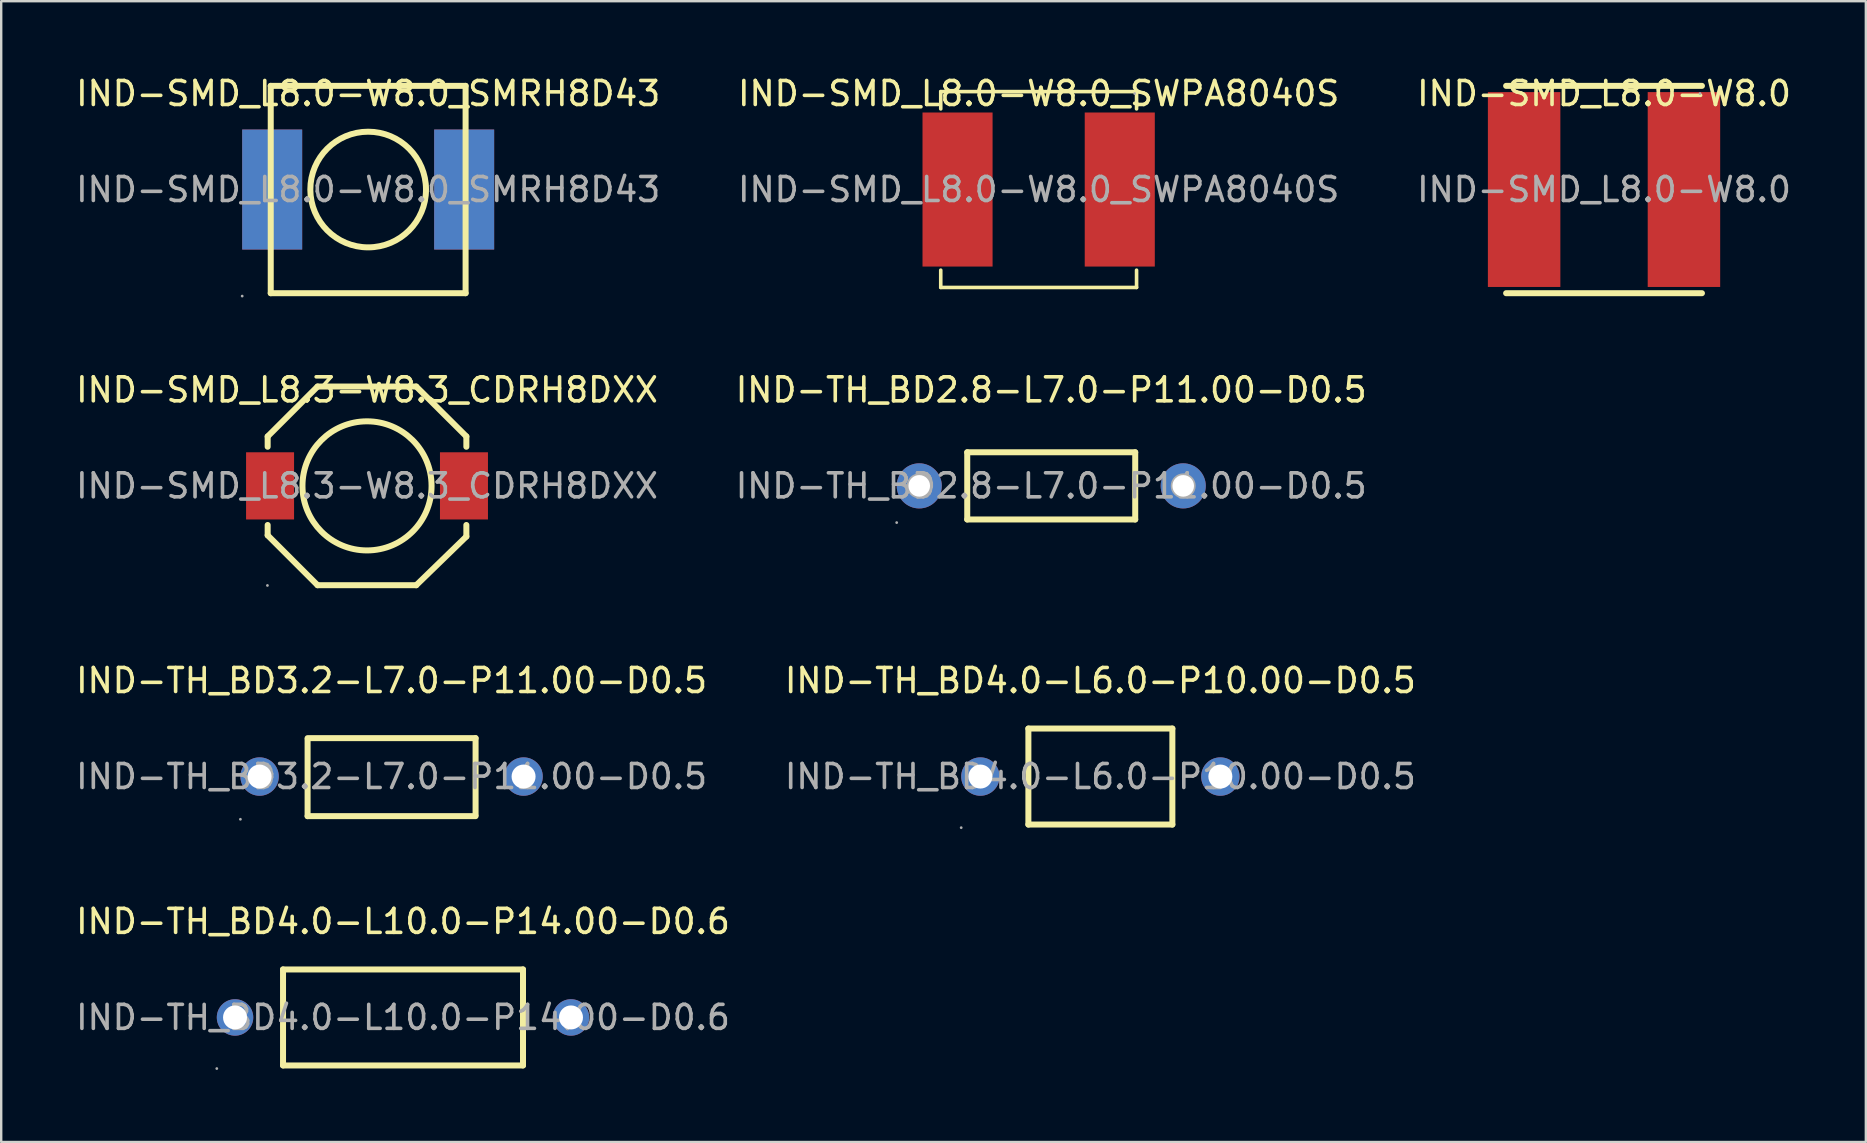
<source format=kicad_pcb>
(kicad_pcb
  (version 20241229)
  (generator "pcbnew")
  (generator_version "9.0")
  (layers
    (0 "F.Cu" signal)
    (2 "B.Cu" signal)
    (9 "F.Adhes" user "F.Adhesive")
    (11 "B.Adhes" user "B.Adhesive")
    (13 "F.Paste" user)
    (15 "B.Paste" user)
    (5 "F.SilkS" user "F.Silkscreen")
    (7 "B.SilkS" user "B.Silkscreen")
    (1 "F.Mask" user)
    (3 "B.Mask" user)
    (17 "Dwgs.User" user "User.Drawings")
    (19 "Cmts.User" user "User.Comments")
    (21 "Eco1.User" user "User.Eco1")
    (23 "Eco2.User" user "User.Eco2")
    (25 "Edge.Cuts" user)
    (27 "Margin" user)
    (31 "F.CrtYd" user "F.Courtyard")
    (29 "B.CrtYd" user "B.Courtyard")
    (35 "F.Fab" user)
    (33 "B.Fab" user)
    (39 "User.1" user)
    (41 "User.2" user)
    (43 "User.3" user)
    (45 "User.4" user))
  (footprint "IND-SMD_L8.3-W8.3_CDRH8DXX"
    (layer "F.Cu")
    (at 12.244 17.197)
    (property "Reference" "IND-SMD_L8.3-W8.3_CDRH8DXX" (at 0 -4 0) (layer "F.SilkS") (effects (font (size 1 1) (thickness 0.15))))
    (attr through_hole)
    (fp_line (start -4.14 -2.06) (end -2.06 -4.14) (stroke (width 0.25) (type solid)) (layer "F.SilkS"))
    (fp_line (start -4.14 -1.63) (end -4.14 -2.06) (stroke (width 0.25) (type solid)) (layer "F.SilkS"))
    (fp_line (start -4.14 2.06) (end -4.14 1.63) (stroke (width 0.25) (type solid)) (layer "F.SilkS"))
    (fp_line (start -2.06 -4.14) (end 2.05 -4.14) (stroke (width 0.25) (type solid)) (layer "F.SilkS"))
    (fp_line (start -2.06 4.14) (end -4.14 2.06) (stroke (width 0.25) (type solid)) (layer "F.SilkS"))
    (fp_line (start 2.05 -4.14) (end 4.14 -2.06) (stroke (width 0.25) (type solid)) (layer "F.SilkS"))
    (fp_line (start 2.05 4.14) (end -2.06 4.14) (stroke (width 0.25) (type solid)) (layer "F.SilkS"))
    (fp_line (start 4.14 -2.06) (end 4.14 -1.63) (stroke (width 0.25) (type solid)) (layer "F.SilkS"))
    (fp_line (start 4.14 1.63) (end 4.14 2.11) (stroke (width 0.25) (type solid)) (layer "F.SilkS"))
    (fp_line (start 4.14 2.11) (end 2.05 4.14) (stroke (width 0.25) (type solid)) (layer "F.SilkS"))
    (fp_circle (center 0 0) (end 2.69 0) (stroke (width 0.25) (type solid)) (fill no) (layer "F.SilkS"))
    (fp_circle (center -4.15 4.15) (end -4.12 4.15) (stroke (width 0.06) (type solid)) (fill no) (layer "F.Fab"))
    (fp_text user "${REFERENCE}" (at 0 0 0) (layer "F.Fab") (effects (font (size 1 1) (thickness 0.15))))
    (pad "1" smd rect (at -4.04 0) (size 2 2.8) (layers "F.Cu" "F.Mask" "F.Paste"))
    (pad "2" smd rect (at 4.04 0) (size 2 2.8) (layers "F.Cu" "F.Mask" "F.Paste")))
  (footprint "IND-TH_BD3.2-L7.0-P11.00-D0.5"
    (layer "F.Cu")
    (at 13.268 29.31)
    (property "Reference" "IND-TH_BD3.2-L7.0-P11.00-D0.5" (at 0 -4 0) (layer "F.SilkS") (effects (font (size 1 1) (thickness 0.15))))
    (attr through_hole)
    (fp_line (start -3.5 -1.6) (end 3.5 -1.6) (stroke (width 0.25) (type solid)) (layer "F.SilkS"))
    (fp_line (start -3.5 1.65) (end -3.5 -1.55) (stroke (width 0.25) (type solid)) (layer "F.SilkS"))
    (fp_line (start 3.5 -1.6) (end 3.5 1.6) (stroke (width 0.25) (type solid)) (layer "F.SilkS"))
    (fp_line (start 3.5 1.65) (end -3.5 1.65) (stroke (width 0.25) (type solid)) (layer "F.SilkS"))
    (fp_circle (center -6.3 1.78) (end -6.27 1.78) (stroke (width 0.06) (type solid)) (fill no) (layer "F.Fab"))
    (fp_circle (center -5.5 0) (end -5.3 0) (stroke (width 0.4) (type solid)) (fill no) (layer "F.Fab"))
    (fp_circle (center 5.5 0) (end 5.7 0) (stroke (width 0.4) (type solid)) (fill no) (layer "F.Fab"))
    (fp_text user "${REFERENCE}" (at 0 0 0) (layer "F.Fab") (effects (font (size 1 1) (thickness 0.15))))
    (pad "1" thru_hole circle (at -5.5 0) (size 1.6 1.6) (drill 1) (layers "*.Cu" "*.Paste" "*.Mask"))
    (pad "2" thru_hole circle (at 5.5 0) (size 1.6 1.6) (drill 1) (layers "*.Cu" "*.Paste" "*.Mask")))
  (footprint "IND-SMD_L8.0-W8.0"
    (layer "F.Cu")
    (at 63.792 4.848)
    (property "Reference" "IND-SMD_L8.0-W8.0" (at 0 -4 0) (layer "F.SilkS") (effects (font (size 1 1) (thickness 0.15))))
    (attr through_hole)
    (fp_line (start -4.08 -4.32) (end 4.08 -4.32) (stroke (width 0.25) (type solid)) (layer "F.SilkS"))
    (fp_line (start -4.08 4.32) (end 4.08 4.32) (stroke (width 0.25) (type solid)) (layer "F.SilkS"))
    (fp_circle (center 4 -4) (end 4.03 -4) (stroke (width 0.06) (type solid)) (fill no) (layer "F.Fab"))
    (fp_text user "${REFERENCE}" (at 0 0 0) (layer "F.Fab") (effects (font (size 1 1) (thickness 0.15))))
    (pad "1" smd rect (at 3.33 0) (size 3.02 8.12) (layers "F.Cu" "F.Mask" "F.Paste"))
    (pad "2" smd rect (at -3.33 0) (size 3.02 8.12) (layers "F.Cu" "F.Mask" "F.Paste")))
  (footprint "IND-SMD_L8.0-W8.0_SMRH8D43"
    (layer "F.Cu")
    (at 12.292 4.848)
    (property "Reference" "IND-SMD_L8.0-W8.0_SMRH8D43" (at 0 -4 0) (layer "F.SilkS") (effects (font (size 1 1) (thickness 0.15))))
    (attr through_hole)
    (fp_line (start -4.06 -4.32) (end -4.06 4.32) (stroke (width 0.25) (type solid)) (layer "F.SilkS"))
    (fp_line (start -4.06 -4.32) (end 4.06 -4.32) (stroke (width 0.25) (type solid)) (layer "F.SilkS"))
    (fp_line (start -4.06 4.32) (end 4.06 4.32) (stroke (width 0.25) (type solid)) (layer "F.SilkS"))
    (fp_line (start 4.06 -4.32) (end 4.06 4.32) (stroke (width 0.25) (type solid)) (layer "F.SilkS"))
    (fp_circle (center 0 0) (end 2.41 0) (stroke (width 0.25) (type solid)) (fill no) (layer "F.SilkS"))
    (fp_circle (center -5.25 4.44) (end -5.22 4.44) (stroke (width 0.06) (type solid)) (fill no) (layer "F.Fab"))
    (fp_text user "${REFERENCE}" (at 0 0 0) (layer "F.Fab") (effects (font (size 1 1) (thickness 0.15))))
    (pad "1" thru_hole rect (at -4 0 90) (size 5 2.5) (drill 0.001) (layers "F.Cu" "F.Mask" "F.Paste"))
    (pad "2" thru_hole rect (at 4 0 90) (size 5 2.5) (drill 0.001) (layers "F.Cu" "F.Mask" "F.Paste")))
  (footprint "IND-TH_BD4.0-L6.0-P10.00-D0.5"
    (layer "F.Cu")
    (at 42.804 29.31)
    (property "Reference" "IND-TH_BD4.0-L6.0-P10.00-D0.5" (at 0 -4 0) (layer "F.SilkS") (effects (font (size 1 1) (thickness 0.15))))
    (attr through_hole)
    (fp_line (start -3 -2) (end 3 -2) (stroke (width 0.25) (type solid)) (layer "F.SilkS"))
    (fp_line (start -3 2) (end -3 -2) (stroke (width 0.25) (type solid)) (layer "F.SilkS"))
    (fp_line (start 3 -2) (end 3 2) (stroke (width 0.25) (type solid)) (layer "F.SilkS"))
    (fp_line (start 3 2) (end -3 2) (stroke (width 0.25) (type solid)) (layer "F.SilkS"))
    (fp_circle (center -5.8 2.13) (end -5.77 2.13) (stroke (width 0.06) (type solid)) (fill no) (layer "F.Fab"))
    (fp_circle (center -5 0) (end -4.8 0) (stroke (width 0.4) (type solid)) (fill no) (layer "F.Fab"))
    (fp_circle (center 5 0) (end 5.2 0) (stroke (width 0.4) (type solid)) (fill no) (layer "F.Fab"))
    (fp_text user "${REFERENCE}" (at 0 0 0) (layer "F.Fab") (effects (font (size 1 1) (thickness 0.15))))
    (pad "1" thru_hole circle (at -5 0) (size 1.6 1.6) (drill 1) (layers "*.Cu" "*.Paste" "*.Mask"))
    (pad "2" thru_hole circle (at 5 0) (size 1.6 1.6) (drill 1) (layers "*.Cu" "*.Paste" "*.Mask")))
  (footprint "IND-TH_BD4.0-L10.0-P14.00-D0.6"
    (layer "F.Cu")
    (at 13.744 39.348)
    (property "Reference" "IND-TH_BD4.0-L10.0-P14.00-D0.6" (at 0 -4 0) (layer "F.SilkS") (effects (font (size 1 1) (thickness 0.15))))
    (attr through_hole)
    (fp_line (start -5 -2) (end 5 -2) (stroke (width 0.25) (type solid)) (layer "F.SilkS"))
    (fp_line (start -5 2) (end -5 -2) (stroke (width 0.25) (type solid)) (layer "F.SilkS"))
    (fp_line (start -5 2) (end 5 2) (stroke (width 0.25) (type solid)) (layer "F.SilkS"))
    (fp_line (start 5 2) (end 5 -2) (stroke (width 0.25) (type solid)) (layer "F.SilkS"))
    (fp_circle (center -7.76 2.13) (end -7.73 2.13) (stroke (width 0.06) (type solid)) (fill no) (layer "F.Fab"))
    (fp_circle (center -7 0) (end -6.8 0) (stroke (width 0.4) (type solid)) (fill no) (layer "F.Fab"))
    (fp_circle (center 7 0) (end 7.2 0) (stroke (width 0.4) (type solid)) (fill no) (layer "F.Fab"))
    (fp_text user "${REFERENCE}" (at 0 0 0) (layer "F.Fab") (effects (font (size 1 1) (thickness 0.15))))
    (pad "1" thru_hole circle (at -7 0) (size 1.52 1.52) (drill 1) (layers "*.Cu" "*.Paste" "*.Mask"))
    (pad "2" thru_hole circle (at 7 0) (size 1.52 1.52) (drill 1) (layers "*.Cu" "*.Paste" "*.Mask")))
  (footprint "IND-SMD_L8.0-W8.0_SWPA8040S"
    (layer "F.Cu")
    (at 40.232 4.848)
    (property "Reference" "IND-SMD_L8.0-W8.0_SWPA8040S" (at 0 -4 0) (layer "F.SilkS") (effects (font (size 1 1) (thickness 0.15))))
    (attr through_hole)
    (fp_line (start -4.08 -4.08) (end 4.08 -4.08) (stroke (width 0.15) (type solid)) (layer "F.SilkS"))
    (fp_line (start -4.08 -3.36) (end -4.08 -4.08) (stroke (width 0.15) (type solid)) (layer "F.SilkS"))
    (fp_line (start -4.08 3.36) (end -4.08 4.08) (stroke (width 0.15) (type solid)) (layer "F.SilkS"))
    (fp_line (start -4.08 4.08) (end 4.08 4.08) (stroke (width 0.15) (type solid)) (layer "F.SilkS"))
    (fp_line (start 4.08 -4.08) (end 4.08 -3.36) (stroke (width 0.15) (type solid)) (layer "F.SilkS"))
    (fp_line (start 4.08 4.08) (end 4.08 3.36) (stroke (width 0.15) (type solid)) (layer "F.SilkS"))
    (fp_circle (center 4 -4) (end 4.03 -4) (stroke (width 0.06) (type solid)) (fill no) (layer "F.Fab"))
    (fp_text user "${REFERENCE}" (at 0 0 0) (layer "F.Fab") (effects (font (size 1 1) (thickness 0.15))))
    (pad "1" smd rect (at 3.38 0) (size 2.92 6.42) (layers "F.Cu" "F.Mask" "F.Paste"))
    (pad "2" smd rect (at -3.38 0) (size 2.92 6.42) (layers "F.Cu" "F.Mask" "F.Paste")))
  (footprint "IND-TH_BD2.8-L7.0-P11.00-D0.5"
    (layer "F.Cu")
    (at 40.756 17.197)
    (property "Reference" "IND-TH_BD2.8-L7.0-P11.00-D0.5" (at 0 -4 0) (layer "F.SilkS") (effects (font (size 1 1) (thickness 0.15))))
    (attr through_hole)
    (fp_line (start -3.5 -1.4) (end 3.5 -1.4) (stroke (width 0.25) (type solid)) (layer "F.SilkS"))
    (fp_line (start -3.5 1.4) (end -3.5 -1.4) (stroke (width 0.25) (type solid)) (layer "F.SilkS"))
    (fp_line (start 3.5 1.4) (end -3.5 1.4) (stroke (width 0.25) (type solid)) (layer "F.SilkS"))
    (fp_line (start 3.5 1.4) (end 3.5 -1.4) (stroke (width 0.25) (type solid)) (layer "F.SilkS"))
    (fp_circle (center -6.44 1.53) (end -6.41 1.53) (stroke (width 0.06) (type solid)) (fill no) (layer "F.Fab"))
    (fp_circle (center -5.5 0) (end -5.33 0) (stroke (width 0.35) (type solid)) (fill no) (layer "F.Fab"))
    (fp_circle (center 5.5 0) (end 5.67 0) (stroke (width 0.35) (type solid)) (fill no) (layer "F.Fab"))
    (fp_text user "${REFERENCE}" (at 0 0 0) (layer "F.Fab") (effects (font (size 1 1) (thickness 0.15))))
    (pad "1" thru_hole circle (at -5.5 0) (size 1.88 1.88) (drill 0.899) (layers "*.Cu" "*.Paste" "*.Mask"))
    (pad "2" thru_hole circle (at 5.5 0) (size 1.88 1.88) (drill 0.899) (layers "*.Cu" "*.Paste" "*.Mask")))
  (gr_rect
    (start -3 -3)
    (end 74.702 44.538)
    (stroke (width 0.1) (type default))
    (fill no)
    (layer "Edge.Cuts")))
</source>
